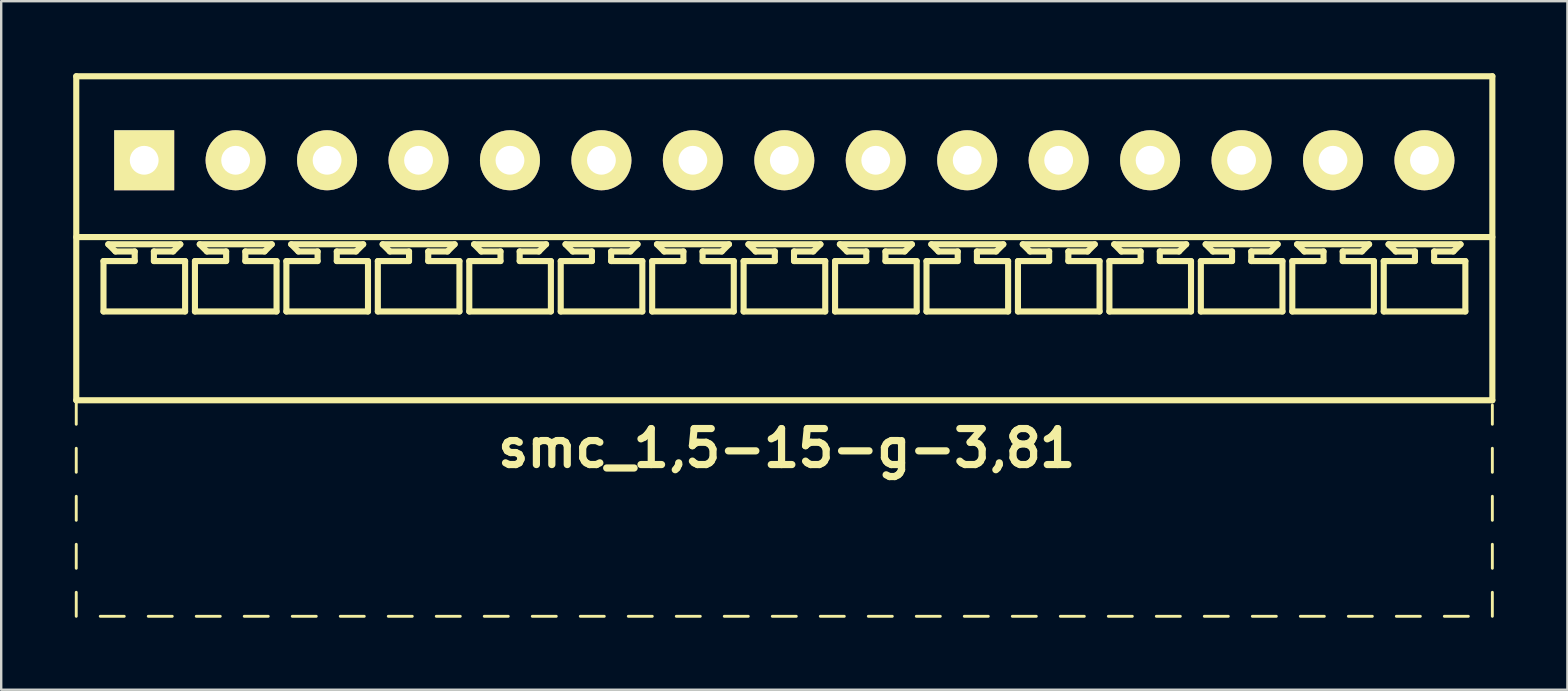
<source format=kicad_pcb>
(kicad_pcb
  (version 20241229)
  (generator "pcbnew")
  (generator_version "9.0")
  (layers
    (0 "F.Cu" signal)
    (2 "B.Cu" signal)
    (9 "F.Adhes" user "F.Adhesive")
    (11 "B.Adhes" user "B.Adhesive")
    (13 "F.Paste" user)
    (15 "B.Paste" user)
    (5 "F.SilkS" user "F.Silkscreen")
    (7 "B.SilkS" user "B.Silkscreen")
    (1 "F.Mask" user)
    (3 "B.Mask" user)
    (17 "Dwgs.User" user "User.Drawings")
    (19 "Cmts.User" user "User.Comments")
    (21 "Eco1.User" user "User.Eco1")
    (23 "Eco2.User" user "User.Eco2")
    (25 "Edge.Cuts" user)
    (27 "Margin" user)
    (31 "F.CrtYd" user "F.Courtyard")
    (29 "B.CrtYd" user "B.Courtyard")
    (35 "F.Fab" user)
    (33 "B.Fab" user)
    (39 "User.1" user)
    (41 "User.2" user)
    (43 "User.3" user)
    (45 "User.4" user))
  (footprint "smc_1,5-15-g-3,81"
    (layer "F.Cu")
    (at 29.627 3.627)
    (property "Reference" "smc_1,5-15-g-3,81" (at 0.1 12 0) (layer "F.SilkS") (effects (font (size 1.5 1.5) (thickness 0.3))))
    (attr through_hole)
    (fp_line (start -29.5 -3.5) (end -29.5 10) (stroke (width 0.254) (type solid)) (layer "F.SilkS"))
    (fp_line (start -29.5 -3.5) (end 29.5 -3.5) (stroke (width 0.254) (type solid)) (layer "F.SilkS"))
    (fp_line (start -29.5 3.2) (end 29.5 3.2) (stroke (width 0.254) (type solid)) (layer "F.SilkS"))
    (fp_line (start -29.5 10) (end -29.5 11) (stroke (width 0.12) (type solid)) (layer "F.SilkS"))
    (fp_line (start -29.5 10) (end 29.5 10) (stroke (width 0.254) (type solid)) (layer "F.SilkS"))
    (fp_line (start -29.5 12) (end -29.5 13) (stroke (width 0.12) (type solid)) (layer "F.SilkS"))
    (fp_line (start -29.5 14) (end -29.5 15) (stroke (width 0.12) (type solid)) (layer "F.SilkS"))
    (fp_line (start -29.5 16) (end -29.5 17) (stroke (width 0.12) (type solid)) (layer "F.SilkS"))
    (fp_line (start -29.5 18) (end -29.5 19) (stroke (width 0.12) (type solid)) (layer "F.SilkS"))
    (fp_line (start -28.5 19) (end -27.5 19) (stroke (width 0.12) (type solid)) (layer "F.SilkS"))
    (fp_line (start -28.365 4.2) (end -27.065 4.2) (stroke (width 0.254) (type solid)) (layer "F.SilkS"))
    (fp_line (start -28.365 6.3) (end -28.365 4.2) (stroke (width 0.254) (type solid)) (layer "F.SilkS"))
    (fp_line (start -28.165 3.5) (end -25.165 3.5) (stroke (width 0.254) (type solid)) (layer "F.SilkS"))
    (fp_line (start -27.865 3.8) (end -28.165 3.5) (stroke (width 0.254) (type solid)) (layer "F.SilkS"))
    (fp_line (start -27.065 3.8) (end -27.865 3.8) (stroke (width 0.254) (type solid)) (layer "F.SilkS"))
    (fp_line (start -27.065 4.2) (end -27.065 3.8) (stroke (width 0.254) (type solid)) (layer "F.SilkS"))
    (fp_line (start -26.5 19) (end -25.5 19) (stroke (width 0.12) (type solid)) (layer "F.SilkS"))
    (fp_line (start -26.265 3.8) (end -26.265 4.2) (stroke (width 0.254) (type solid)) (layer "F.SilkS"))
    (fp_line (start -26.265 4.2) (end -24.965 4.2) (stroke (width 0.254) (type solid)) (layer "F.SilkS"))
    (fp_line (start -25.465 3.8) (end -26.265 3.8) (stroke (width 0.254) (type solid)) (layer "F.SilkS"))
    (fp_line (start -25.465 3.8) (end -25.165 3.5) (stroke (width 0.254) (type solid)) (layer "F.SilkS"))
    (fp_line (start -24.965 4.2) (end -24.965 6.3) (stroke (width 0.254) (type solid)) (layer "F.SilkS"))
    (fp_line (start -24.965 6.3) (end -28.365 6.3) (stroke (width 0.254) (type solid)) (layer "F.SilkS"))
    (fp_line (start -24.555 4.2) (end -23.255 4.2) (stroke (width 0.254) (type solid)) (layer "F.SilkS"))
    (fp_line (start -24.555 6.3) (end -24.555 4.2) (stroke (width 0.254) (type solid)) (layer "F.SilkS"))
    (fp_line (start -24.5 19) (end -23.5 19) (stroke (width 0.12) (type solid)) (layer "F.SilkS"))
    (fp_line (start -24.355 3.5) (end -21.355 3.5) (stroke (width 0.254) (type solid)) (layer "F.SilkS"))
    (fp_line (start -24.055 3.8) (end -24.355 3.5) (stroke (width 0.254) (type solid)) (layer "F.SilkS"))
    (fp_line (start -23.255 3.8) (end -24.055 3.8) (stroke (width 0.254) (type solid)) (layer "F.SilkS"))
    (fp_line (start -23.255 4.2) (end -23.255 3.8) (stroke (width 0.254) (type solid)) (layer "F.SilkS"))
    (fp_line (start -22.5 19) (end -21.5 19) (stroke (width 0.12) (type solid)) (layer "F.SilkS"))
    (fp_line (start -22.455 3.8) (end -22.455 4.2) (stroke (width 0.254) (type solid)) (layer "F.SilkS"))
    (fp_line (start -22.455 4.2) (end -21.155 4.2) (stroke (width 0.254) (type solid)) (layer "F.SilkS"))
    (fp_line (start -21.655 3.8) (end -22.455 3.8) (stroke (width 0.254) (type solid)) (layer "F.SilkS"))
    (fp_line (start -21.655 3.8) (end -21.355 3.5) (stroke (width 0.254) (type solid)) (layer "F.SilkS"))
    (fp_line (start -21.155 4.2) (end -21.155 6.3) (stroke (width 0.254) (type solid)) (layer "F.SilkS"))
    (fp_line (start -21.155 6.3) (end -24.555 6.3) (stroke (width 0.254) (type solid)) (layer "F.SilkS"))
    (fp_line (start -20.745 4.2) (end -19.445 4.2) (stroke (width 0.254) (type solid)) (layer "F.SilkS"))
    (fp_line (start -20.745 6.3) (end -20.745 4.2) (stroke (width 0.254) (type solid)) (layer "F.SilkS"))
    (fp_line (start -20.545 3.5) (end -17.545 3.5) (stroke (width 0.254) (type solid)) (layer "F.SilkS"))
    (fp_line (start -20.5 19) (end -19.5 19) (stroke (width 0.12) (type solid)) (layer "F.SilkS"))
    (fp_line (start -20.245 3.8) (end -20.545 3.5) (stroke (width 0.254) (type solid)) (layer "F.SilkS"))
    (fp_line (start -19.445 3.8) (end -20.245 3.8) (stroke (width 0.254) (type solid)) (layer "F.SilkS"))
    (fp_line (start -19.445 4.2) (end -19.445 3.8) (stroke (width 0.254) (type solid)) (layer "F.SilkS"))
    (fp_line (start -18.645 3.8) (end -18.645 4.2) (stroke (width 0.254) (type solid)) (layer "F.SilkS"))
    (fp_line (start -18.645 4.2) (end -17.345 4.2) (stroke (width 0.254) (type solid)) (layer "F.SilkS"))
    (fp_line (start -18.5 19) (end -17.5 19) (stroke (width 0.12) (type solid)) (layer "F.SilkS"))
    (fp_line (start -17.845 3.8) (end -18.645 3.8) (stroke (width 0.254) (type solid)) (layer "F.SilkS"))
    (fp_line (start -17.845 3.8) (end -17.545 3.5) (stroke (width 0.254) (type solid)) (layer "F.SilkS"))
    (fp_line (start -17.345 4.2) (end -17.345 6.3) (stroke (width 0.254) (type solid)) (layer "F.SilkS"))
    (fp_line (start -17.345 6.3) (end -20.745 6.3) (stroke (width 0.254) (type solid)) (layer "F.SilkS"))
    (fp_line (start -16.935 4.2) (end -15.635 4.2) (stroke (width 0.254) (type solid)) (layer "F.SilkS"))
    (fp_line (start -16.935 6.3) (end -16.935 4.2) (stroke (width 0.254) (type solid)) (layer "F.SilkS"))
    (fp_line (start -16.735 3.5) (end -13.735 3.5) (stroke (width 0.254) (type solid)) (layer "F.SilkS"))
    (fp_line (start -16.5 19) (end -15.5 19) (stroke (width 0.12) (type solid)) (layer "F.SilkS"))
    (fp_line (start -16.435 3.8) (end -16.735 3.5) (stroke (width 0.254) (type solid)) (layer "F.SilkS"))
    (fp_line (start -15.635 3.8) (end -16.435 3.8) (stroke (width 0.254) (type solid)) (layer "F.SilkS"))
    (fp_line (start -15.635 4.2) (end -15.635 3.8) (stroke (width 0.254) (type solid)) (layer "F.SilkS"))
    (fp_line (start -14.835 3.8) (end -14.835 4.2) (stroke (width 0.254) (type solid)) (layer "F.SilkS"))
    (fp_line (start -14.835 4.2) (end -13.535 4.2) (stroke (width 0.254) (type solid)) (layer "F.SilkS"))
    (fp_line (start -14.5 19) (end -13.5 19) (stroke (width 0.12) (type solid)) (layer "F.SilkS"))
    (fp_line (start -14.035 3.8) (end -14.835 3.8) (stroke (width 0.254) (type solid)) (layer "F.SilkS"))
    (fp_line (start -14.035 3.8) (end -13.735 3.5) (stroke (width 0.254) (type solid)) (layer "F.SilkS"))
    (fp_line (start -13.535 4.2) (end -13.535 6.3) (stroke (width 0.254) (type solid)) (layer "F.SilkS"))
    (fp_line (start -13.535 6.3) (end -16.935 6.3) (stroke (width 0.254) (type solid)) (layer "F.SilkS"))
    (fp_line (start -13.125 4.2) (end -11.825 4.2) (stroke (width 0.254) (type solid)) (layer "F.SilkS"))
    (fp_line (start -13.125 6.3) (end -13.125 4.2) (stroke (width 0.254) (type solid)) (layer "F.SilkS"))
    (fp_line (start -12.925 3.5) (end -9.925 3.5) (stroke (width 0.254) (type solid)) (layer "F.SilkS"))
    (fp_line (start -12.625 3.8) (end -12.925 3.5) (stroke (width 0.254) (type solid)) (layer "F.SilkS"))
    (fp_line (start -12.5 19) (end -11.5 19) (stroke (width 0.12) (type solid)) (layer "F.SilkS"))
    (fp_line (start -11.825 3.8) (end -12.625 3.8) (stroke (width 0.254) (type solid)) (layer "F.SilkS"))
    (fp_line (start -11.825 4.2) (end -11.825 3.8) (stroke (width 0.254) (type solid)) (layer "F.SilkS"))
    (fp_line (start -11.025 3.8) (end -11.025 4.2) (stroke (width 0.254) (type solid)) (layer "F.SilkS"))
    (fp_line (start -11.025 4.2) (end -9.725 4.2) (stroke (width 0.254) (type solid)) (layer "F.SilkS"))
    (fp_line (start -10.5 19) (end -9.5 19) (stroke (width 0.12) (type solid)) (layer "F.SilkS"))
    (fp_line (start -10.225 3.8) (end -11.025 3.8) (stroke (width 0.254) (type solid)) (layer "F.SilkS"))
    (fp_line (start -10.225 3.8) (end -9.925 3.5) (stroke (width 0.254) (type solid)) (layer "F.SilkS"))
    (fp_line (start -9.725 4.2) (end -9.725 6.3) (stroke (width 0.254) (type solid)) (layer "F.SilkS"))
    (fp_line (start -9.725 6.3) (end -13.125 6.3) (stroke (width 0.254) (type solid)) (layer "F.SilkS"))
    (fp_line (start -9.315 4.2) (end -8.015 4.2) (stroke (width 0.254) (type solid)) (layer "F.SilkS"))
    (fp_line (start -9.315 6.3) (end -9.315 4.2) (stroke (width 0.254) (type solid)) (layer "F.SilkS"))
    (fp_line (start -9.115 3.5) (end -6.115 3.5) (stroke (width 0.254) (type solid)) (layer "F.SilkS"))
    (fp_line (start -8.815 3.8) (end -9.115 3.5) (stroke (width 0.254) (type solid)) (layer "F.SilkS"))
    (fp_line (start -8.5 19) (end -7.5 19) (stroke (width 0.12) (type solid)) (layer "F.SilkS"))
    (fp_line (start -8.015 3.8) (end -8.815 3.8) (stroke (width 0.254) (type solid)) (layer "F.SilkS"))
    (fp_line (start -8.015 4.2) (end -8.015 3.8) (stroke (width 0.254) (type solid)) (layer "F.SilkS"))
    (fp_line (start -7.215 3.8) (end -7.215 4.2) (stroke (width 0.254) (type solid)) (layer "F.SilkS"))
    (fp_line (start -7.215 4.2) (end -5.915 4.2) (stroke (width 0.254) (type solid)) (layer "F.SilkS"))
    (fp_line (start -6.5 19) (end -5.5 19) (stroke (width 0.12) (type solid)) (layer "F.SilkS"))
    (fp_line (start -6.415 3.8) (end -7.215 3.8) (stroke (width 0.254) (type solid)) (layer "F.SilkS"))
    (fp_line (start -6.415 3.8) (end -6.115 3.5) (stroke (width 0.254) (type solid)) (layer "F.SilkS"))
    (fp_line (start -5.915 4.2) (end -5.915 6.3) (stroke (width 0.254) (type solid)) (layer "F.SilkS"))
    (fp_line (start -5.915 6.3) (end -9.315 6.3) (stroke (width 0.254) (type solid)) (layer "F.SilkS"))
    (fp_line (start -5.505 4.2) (end -4.205 4.2) (stroke (width 0.254) (type solid)) (layer "F.SilkS"))
    (fp_line (start -5.505 6.3) (end -5.505 4.2) (stroke (width 0.254) (type solid)) (layer "F.SilkS"))
    (fp_line (start -5.305 3.5) (end -2.305 3.5) (stroke (width 0.254) (type solid)) (layer "F.SilkS"))
    (fp_line (start -5.005 3.8) (end -5.305 3.5) (stroke (width 0.254) (type solid)) (layer "F.SilkS"))
    (fp_line (start -4.5 19) (end -3.5 19) (stroke (width 0.12) (type solid)) (layer "F.SilkS"))
    (fp_line (start -4.205 3.8) (end -5.005 3.8) (stroke (width 0.254) (type solid)) (layer "F.SilkS"))
    (fp_line (start -4.205 4.2) (end -4.205 3.8) (stroke (width 0.254) (type solid)) (layer "F.SilkS"))
    (fp_line (start -3.405 3.8) (end -3.405 4.2) (stroke (width 0.254) (type solid)) (layer "F.SilkS"))
    (fp_line (start -3.405 4.2) (end -2.105 4.2) (stroke (width 0.254) (type solid)) (layer "F.SilkS"))
    (fp_line (start -2.605 3.8) (end -3.405 3.8) (stroke (width 0.254) (type solid)) (layer "F.SilkS"))
    (fp_line (start -2.605 3.8) (end -2.305 3.5) (stroke (width 0.254) (type solid)) (layer "F.SilkS"))
    (fp_line (start -2.5 19) (end -1.5 19) (stroke (width 0.12) (type solid)) (layer "F.SilkS"))
    (fp_line (start -2.105 4.2) (end -2.105 6.3) (stroke (width 0.254) (type solid)) (layer "F.SilkS"))
    (fp_line (start -2.105 6.3) (end -5.505 6.3) (stroke (width 0.254) (type solid)) (layer "F.SilkS"))
    (fp_line (start -1.695 4.2) (end -0.395 4.2) (stroke (width 0.254) (type solid)) (layer "F.SilkS"))
    (fp_line (start -1.695 6.3) (end -1.695 4.2) (stroke (width 0.254) (type solid)) (layer "F.SilkS"))
    (fp_line (start -1.495 3.5) (end 1.505 3.5) (stroke (width 0.254) (type solid)) (layer "F.SilkS"))
    (fp_line (start -1.195 3.8) (end -1.495 3.5) (stroke (width 0.254) (type solid)) (layer "F.SilkS"))
    (fp_line (start -0.5 19) (end 0.5 19) (stroke (width 0.12) (type solid)) (layer "F.SilkS"))
    (fp_line (start -0.395 3.8) (end -1.195 3.8) (stroke (width 0.254) (type solid)) (layer "F.SilkS"))
    (fp_line (start -0.395 4.2) (end -0.395 3.8) (stroke (width 0.254) (type solid)) (layer "F.SilkS"))
    (fp_line (start 0.405 3.8) (end 0.405 4.2) (stroke (width 0.254) (type solid)) (layer "F.SilkS"))
    (fp_line (start 0.405 4.2) (end 1.705 4.2) (stroke (width 0.254) (type solid)) (layer "F.SilkS"))
    (fp_line (start 1.205 3.8) (end 0.405 3.8) (stroke (width 0.254) (type solid)) (layer "F.SilkS"))
    (fp_line (start 1.205 3.8) (end 1.505 3.5) (stroke (width 0.254) (type solid)) (layer "F.SilkS"))
    (fp_line (start 1.5 19) (end 2.5 19) (stroke (width 0.12) (type solid)) (layer "F.SilkS"))
    (fp_line (start 1.705 4.2) (end 1.705 6.3) (stroke (width 0.254) (type solid)) (layer "F.SilkS"))
    (fp_line (start 1.705 6.3) (end -1.695 6.3) (stroke (width 0.254) (type solid)) (layer "F.SilkS"))
    (fp_line (start 2.115 4.2) (end 3.415 4.2) (stroke (width 0.254) (type solid)) (layer "F.SilkS"))
    (fp_line (start 2.115 6.3) (end 2.115 4.2) (stroke (width 0.254) (type solid)) (layer "F.SilkS"))
    (fp_line (start 2.315 3.5) (end 5.315 3.5) (stroke (width 0.254) (type solid)) (layer "F.SilkS"))
    (fp_line (start 2.615 3.8) (end 2.315 3.5) (stroke (width 0.254) (type solid)) (layer "F.SilkS"))
    (fp_line (start 3.415 3.8) (end 2.615 3.8) (stroke (width 0.254) (type solid)) (layer "F.SilkS"))
    (fp_line (start 3.415 4.2) (end 3.415 3.8) (stroke (width 0.254) (type solid)) (layer "F.SilkS"))
    (fp_line (start 3.5 19) (end 4.5 19) (stroke (width 0.12) (type solid)) (layer "F.SilkS"))
    (fp_line (start 4.215 3.8) (end 4.215 4.2) (stroke (width 0.254) (type solid)) (layer "F.SilkS"))
    (fp_line (start 4.215 4.2) (end 5.515 4.2) (stroke (width 0.254) (type solid)) (layer "F.SilkS"))
    (fp_line (start 5.015 3.8) (end 4.215 3.8) (stroke (width 0.254) (type solid)) (layer "F.SilkS"))
    (fp_line (start 5.015 3.8) (end 5.315 3.5) (stroke (width 0.254) (type solid)) (layer "F.SilkS"))
    (fp_line (start 5.5 19) (end 6.5 19) (stroke (width 0.12) (type solid)) (layer "F.SilkS"))
    (fp_line (start 5.515 4.2) (end 5.515 6.3) (stroke (width 0.254) (type solid)) (layer "F.SilkS"))
    (fp_line (start 5.515 6.3) (end 2.115 6.3) (stroke (width 0.254) (type solid)) (layer "F.SilkS"))
    (fp_line (start 5.925 4.2) (end 7.225 4.2) (stroke (width 0.254) (type solid)) (layer "F.SilkS"))
    (fp_line (start 5.925 6.3) (end 5.925 4.2) (stroke (width 0.254) (type solid)) (layer "F.SilkS"))
    (fp_line (start 6.125 3.5) (end 9.125 3.5) (stroke (width 0.254) (type solid)) (layer "F.SilkS"))
    (fp_line (start 6.425 3.8) (end 6.125 3.5) (stroke (width 0.254) (type solid)) (layer "F.SilkS"))
    (fp_line (start 7.225 3.8) (end 6.425 3.8) (stroke (width 0.254) (type solid)) (layer "F.SilkS"))
    (fp_line (start 7.225 4.2) (end 7.225 3.8) (stroke (width 0.254) (type solid)) (layer "F.SilkS"))
    (fp_line (start 7.5 19) (end 8.5 19) (stroke (width 0.12) (type solid)) (layer "F.SilkS"))
    (fp_line (start 8.025 3.8) (end 8.025 4.2) (stroke (width 0.254) (type solid)) (layer "F.SilkS"))
    (fp_line (start 8.025 4.2) (end 9.325 4.2) (stroke (width 0.254) (type solid)) (layer "F.SilkS"))
    (fp_line (start 8.825 3.8) (end 8.025 3.8) (stroke (width 0.254) (type solid)) (layer "F.SilkS"))
    (fp_line (start 8.825 3.8) (end 9.125 3.5) (stroke (width 0.254) (type solid)) (layer "F.SilkS"))
    (fp_line (start 9.325 4.2) (end 9.325 6.3) (stroke (width 0.254) (type solid)) (layer "F.SilkS"))
    (fp_line (start 9.325 6.3) (end 5.925 6.3) (stroke (width 0.254) (type solid)) (layer "F.SilkS"))
    (fp_line (start 9.5 19) (end 10.5 19) (stroke (width 0.12) (type solid)) (layer "F.SilkS"))
    (fp_line (start 9.735 4.2) (end 11.035 4.2) (stroke (width 0.254) (type solid)) (layer "F.SilkS"))
    (fp_line (start 9.735 6.3) (end 9.735 4.2) (stroke (width 0.254) (type solid)) (layer "F.SilkS"))
    (fp_line (start 9.935 3.5) (end 12.935 3.5) (stroke (width 0.254) (type solid)) (layer "F.SilkS"))
    (fp_line (start 10.235 3.8) (end 9.935 3.5) (stroke (width 0.254) (type solid)) (layer "F.SilkS"))
    (fp_line (start 11.035 3.8) (end 10.235 3.8) (stroke (width 0.254) (type solid)) (layer "F.SilkS"))
    (fp_line (start 11.035 4.2) (end 11.035 3.8) (stroke (width 0.254) (type solid)) (layer "F.SilkS"))
    (fp_line (start 11.5 19) (end 12.5 19) (stroke (width 0.12) (type solid)) (layer "F.SilkS"))
    (fp_line (start 11.835 3.8) (end 11.835 4.2) (stroke (width 0.254) (type solid)) (layer "F.SilkS"))
    (fp_line (start 11.835 4.2) (end 13.135 4.2) (stroke (width 0.254) (type solid)) (layer "F.SilkS"))
    (fp_line (start 12.635 3.8) (end 11.835 3.8) (stroke (width 0.254) (type solid)) (layer "F.SilkS"))
    (fp_line (start 12.635 3.8) (end 12.935 3.5) (stroke (width 0.254) (type solid)) (layer "F.SilkS"))
    (fp_line (start 13.135 4.2) (end 13.135 6.3) (stroke (width 0.254) (type solid)) (layer "F.SilkS"))
    (fp_line (start 13.135 6.3) (end 9.735 6.3) (stroke (width 0.254) (type solid)) (layer "F.SilkS"))
    (fp_line (start 13.5 19) (end 14.5 19) (stroke (width 0.12) (type solid)) (layer "F.SilkS"))
    (fp_line (start 13.545 4.2) (end 14.845 4.2) (stroke (width 0.254) (type solid)) (layer "F.SilkS"))
    (fp_line (start 13.545 6.3) (end 13.545 4.2) (stroke (width 0.254) (type solid)) (layer "F.SilkS"))
    (fp_line (start 13.745 3.5) (end 16.745 3.5) (stroke (width 0.254) (type solid)) (layer "F.SilkS"))
    (fp_line (start 14.045 3.8) (end 13.745 3.5) (stroke (width 0.254) (type solid)) (layer "F.SilkS"))
    (fp_line (start 14.845 3.8) (end 14.045 3.8) (stroke (width 0.254) (type solid)) (layer "F.SilkS"))
    (fp_line (start 14.845 4.2) (end 14.845 3.8) (stroke (width 0.254) (type solid)) (layer "F.SilkS"))
    (fp_line (start 15.5 19) (end 16.5 19) (stroke (width 0.12) (type solid)) (layer "F.SilkS"))
    (fp_line (start 15.645 3.8) (end 15.645 4.2) (stroke (width 0.254) (type solid)) (layer "F.SilkS"))
    (fp_line (start 15.645 4.2) (end 16.945 4.2) (stroke (width 0.254) (type solid)) (layer "F.SilkS"))
    (fp_line (start 16.445 3.8) (end 15.645 3.8) (stroke (width 0.254) (type solid)) (layer "F.SilkS"))
    (fp_line (start 16.445 3.8) (end 16.745 3.5) (stroke (width 0.254) (type solid)) (layer "F.SilkS"))
    (fp_line (start 16.945 4.2) (end 16.945 6.3) (stroke (width 0.254) (type solid)) (layer "F.SilkS"))
    (fp_line (start 16.945 6.3) (end 13.545 6.3) (stroke (width 0.254) (type solid)) (layer "F.SilkS"))
    (fp_line (start 17.355 4.2) (end 18.655 4.2) (stroke (width 0.254) (type solid)) (layer "F.SilkS"))
    (fp_line (start 17.355 6.3) (end 17.355 4.2) (stroke (width 0.254) (type solid)) (layer "F.SilkS"))
    (fp_line (start 17.5 19) (end 18.5 19) (stroke (width 0.12) (type solid)) (layer "F.SilkS"))
    (fp_line (start 17.555 3.5) (end 20.555 3.5) (stroke (width 0.254) (type solid)) (layer "F.SilkS"))
    (fp_line (start 17.855 3.8) (end 17.555 3.5) (stroke (width 0.254) (type solid)) (layer "F.SilkS"))
    (fp_line (start 18.655 3.8) (end 17.855 3.8) (stroke (width 0.254) (type solid)) (layer "F.SilkS"))
    (fp_line (start 18.655 4.2) (end 18.655 3.8) (stroke (width 0.254) (type solid)) (layer "F.SilkS"))
    (fp_line (start 19.455 3.8) (end 19.455 4.2) (stroke (width 0.254) (type solid)) (layer "F.SilkS"))
    (fp_line (start 19.455 4.2) (end 20.755 4.2) (stroke (width 0.254) (type solid)) (layer "F.SilkS"))
    (fp_line (start 19.5 19) (end 20.5 19) (stroke (width 0.12) (type solid)) (layer "F.SilkS"))
    (fp_line (start 20.255 3.8) (end 19.455 3.8) (stroke (width 0.254) (type solid)) (layer "F.SilkS"))
    (fp_line (start 20.255 3.8) (end 20.555 3.5) (stroke (width 0.254) (type solid)) (layer "F.SilkS"))
    (fp_line (start 20.755 4.2) (end 20.755 6.3) (stroke (width 0.254) (type solid)) (layer "F.SilkS"))
    (fp_line (start 20.755 6.3) (end 17.355 6.3) (stroke (width 0.254) (type solid)) (layer "F.SilkS"))
    (fp_line (start 21.165 4.2) (end 22.465 4.2) (stroke (width 0.254) (type solid)) (layer "F.SilkS"))
    (fp_line (start 21.165 6.3) (end 21.165 4.2) (stroke (width 0.254) (type solid)) (layer "F.SilkS"))
    (fp_line (start 21.365 3.5) (end 24.365 3.5) (stroke (width 0.254) (type solid)) (layer "F.SilkS"))
    (fp_line (start 21.5 19) (end 22.5 19) (stroke (width 0.12) (type solid)) (layer "F.SilkS"))
    (fp_line (start 21.665 3.8) (end 21.365 3.5) (stroke (width 0.254) (type solid)) (layer "F.SilkS"))
    (fp_line (start 22.465 3.8) (end 21.665 3.8) (stroke (width 0.254) (type solid)) (layer "F.SilkS"))
    (fp_line (start 22.465 4.2) (end 22.465 3.8) (stroke (width 0.254) (type solid)) (layer "F.SilkS"))
    (fp_line (start 23.265 3.8) (end 23.265 4.2) (stroke (width 0.254) (type solid)) (layer "F.SilkS"))
    (fp_line (start 23.265 4.2) (end 24.565 4.2) (stroke (width 0.254) (type solid)) (layer "F.SilkS"))
    (fp_line (start 23.5 19) (end 24.5 19) (stroke (width 0.12) (type solid)) (layer "F.SilkS"))
    (fp_line (start 24.065 3.8) (end 23.265 3.8) (stroke (width 0.254) (type solid)) (layer "F.SilkS"))
    (fp_line (start 24.065 3.8) (end 24.365 3.5) (stroke (width 0.254) (type solid)) (layer "F.SilkS"))
    (fp_line (start 24.565 4.2) (end 24.565 6.3) (stroke (width 0.254) (type solid)) (layer "F.SilkS"))
    (fp_line (start 24.565 6.3) (end 21.165 6.3) (stroke (width 0.254) (type solid)) (layer "F.SilkS"))
    (fp_line (start 24.975 4.2) (end 26.275 4.2) (stroke (width 0.254) (type solid)) (layer "F.SilkS"))
    (fp_line (start 24.975 6.3) (end 24.975 4.2) (stroke (width 0.254) (type solid)) (layer "F.SilkS"))
    (fp_line (start 25.175 3.5) (end 28.175 3.5) (stroke (width 0.254) (type solid)) (layer "F.SilkS"))
    (fp_line (start 25.475 3.8) (end 25.175 3.5) (stroke (width 0.254) (type solid)) (layer "F.SilkS"))
    (fp_line (start 25.5 19) (end 26.5 19) (stroke (width 0.12) (type solid)) (layer "F.SilkS"))
    (fp_line (start 26.275 3.8) (end 25.475 3.8) (stroke (width 0.254) (type solid)) (layer "F.SilkS"))
    (fp_line (start 26.275 4.2) (end 26.275 3.8) (stroke (width 0.254) (type solid)) (layer "F.SilkS"))
    (fp_line (start 27.075 3.8) (end 27.075 4.2) (stroke (width 0.254) (type solid)) (layer "F.SilkS"))
    (fp_line (start 27.075 4.2) (end 28.375 4.2) (stroke (width 0.254) (type solid)) (layer "F.SilkS"))
    (fp_line (start 27.5 19) (end 28.5 19) (stroke (width 0.12) (type solid)) (layer "F.SilkS"))
    (fp_line (start 27.875 3.8) (end 27.075 3.8) (stroke (width 0.254) (type solid)) (layer "F.SilkS"))
    (fp_line (start 27.875 3.8) (end 28.175 3.5) (stroke (width 0.254) (type solid)) (layer "F.SilkS"))
    (fp_line (start 28.375 4.2) (end 28.375 6.3) (stroke (width 0.254) (type solid)) (layer "F.SilkS"))
    (fp_line (start 28.375 6.3) (end 24.975 6.3) (stroke (width 0.254) (type solid)) (layer "F.SilkS"))
    (fp_line (start 29.5 -3.5) (end 29.5 10) (stroke (width 0.254) (type solid)) (layer "F.SilkS"))
    (fp_line (start 29.5 11) (end 29.5 10.2) (stroke (width 0.12) (type solid)) (layer "F.SilkS"))
    (fp_line (start 29.5 13) (end 29.5 12) (stroke (width 0.12) (type solid)) (layer "F.SilkS"))
    (fp_line (start 29.5 14) (end 29.5 15) (stroke (width 0.12) (type solid)) (layer "F.SilkS"))
    (fp_line (start 29.5 16) (end 29.5 17) (stroke (width 0.12) (type solid)) (layer "F.SilkS"))
    (fp_line (start 29.5 18) (end 29.5 19) (stroke (width 0.12) (type solid)) (layer "F.SilkS"))
    (pad "1" thru_hole rect (at -26.67 0) (size 2.5 2.5) (drill 1.2) (layers "*.Cu" "*.Mask" "F.SilkS"))
    (pad "2" thru_hole circle (at -22.86 0) (size 2.5 2.5) (drill 1.2) (layers "*.Cu" "*.Mask" "F.SilkS"))
    (pad "3" thru_hole circle (at -19.05 0) (size 2.5 2.5) (drill 1.2) (layers "*.Cu" "*.Mask" "F.SilkS"))
    (pad "4" thru_hole circle (at -15.24 0) (size 2.5 2.5) (drill 1.2) (layers "*.Cu" "*.Mask" "F.SilkS"))
    (pad "5" thru_hole circle (at -11.43 0) (size 2.5 2.5) (drill 1.2) (layers "*.Cu" "*.Mask" "F.SilkS"))
    (pad "6" thru_hole circle (at -7.62 0) (size 2.5 2.5) (drill 1.2) (layers "*.Cu" "*.Mask" "F.SilkS"))
    (pad "7" thru_hole circle (at -3.81 0) (size 2.5 2.5) (drill 1.2) (layers "*.Cu" "*.Mask" "F.SilkS"))
    (pad "8" thru_hole circle (at 0 0) (size 2.5 2.5) (drill 1.2) (layers "*.Cu" "*.Mask" "F.SilkS"))
    (pad "9" thru_hole circle (at 3.81 0) (size 2.5 2.5) (drill 1.2) (layers "*.Cu" "*.Mask" "F.SilkS"))
    (pad "10" thru_hole circle (at 7.62 0) (size 2.5 2.5) (drill 1.2) (layers "*.Cu" "*.Mask" "F.SilkS"))
    (pad "11" thru_hole circle (at 11.43 0) (size 2.5 2.5) (drill 1.2) (layers "*.Cu" "*.Mask" "F.SilkS"))
    (pad "12" thru_hole circle (at 15.24 0) (size 2.5 2.5) (drill 1.2) (layers "*.Cu" "*.Mask" "F.SilkS"))
    (pad "13" thru_hole circle (at 19.05 0) (size 2.5 2.5) (drill 1.2) (layers "*.Cu" "*.Mask" "F.SilkS"))
    (pad "14" thru_hole circle (at 22.86 0) (size 2.5 2.5) (drill 1.2) (layers "*.Cu" "*.Mask" "F.SilkS"))
    (pad "15" thru_hole circle (at 26.67 0) (size 2.5 2.5) (drill 1.2) (layers "*.Cu" "*.Mask" "F.SilkS")))
  (gr_rect
    (start -3 -3)
    (end 62.254 25.687)
    (stroke (width 0.1) (type default))
    (fill no)
    (layer "Edge.Cuts")))
</source>
